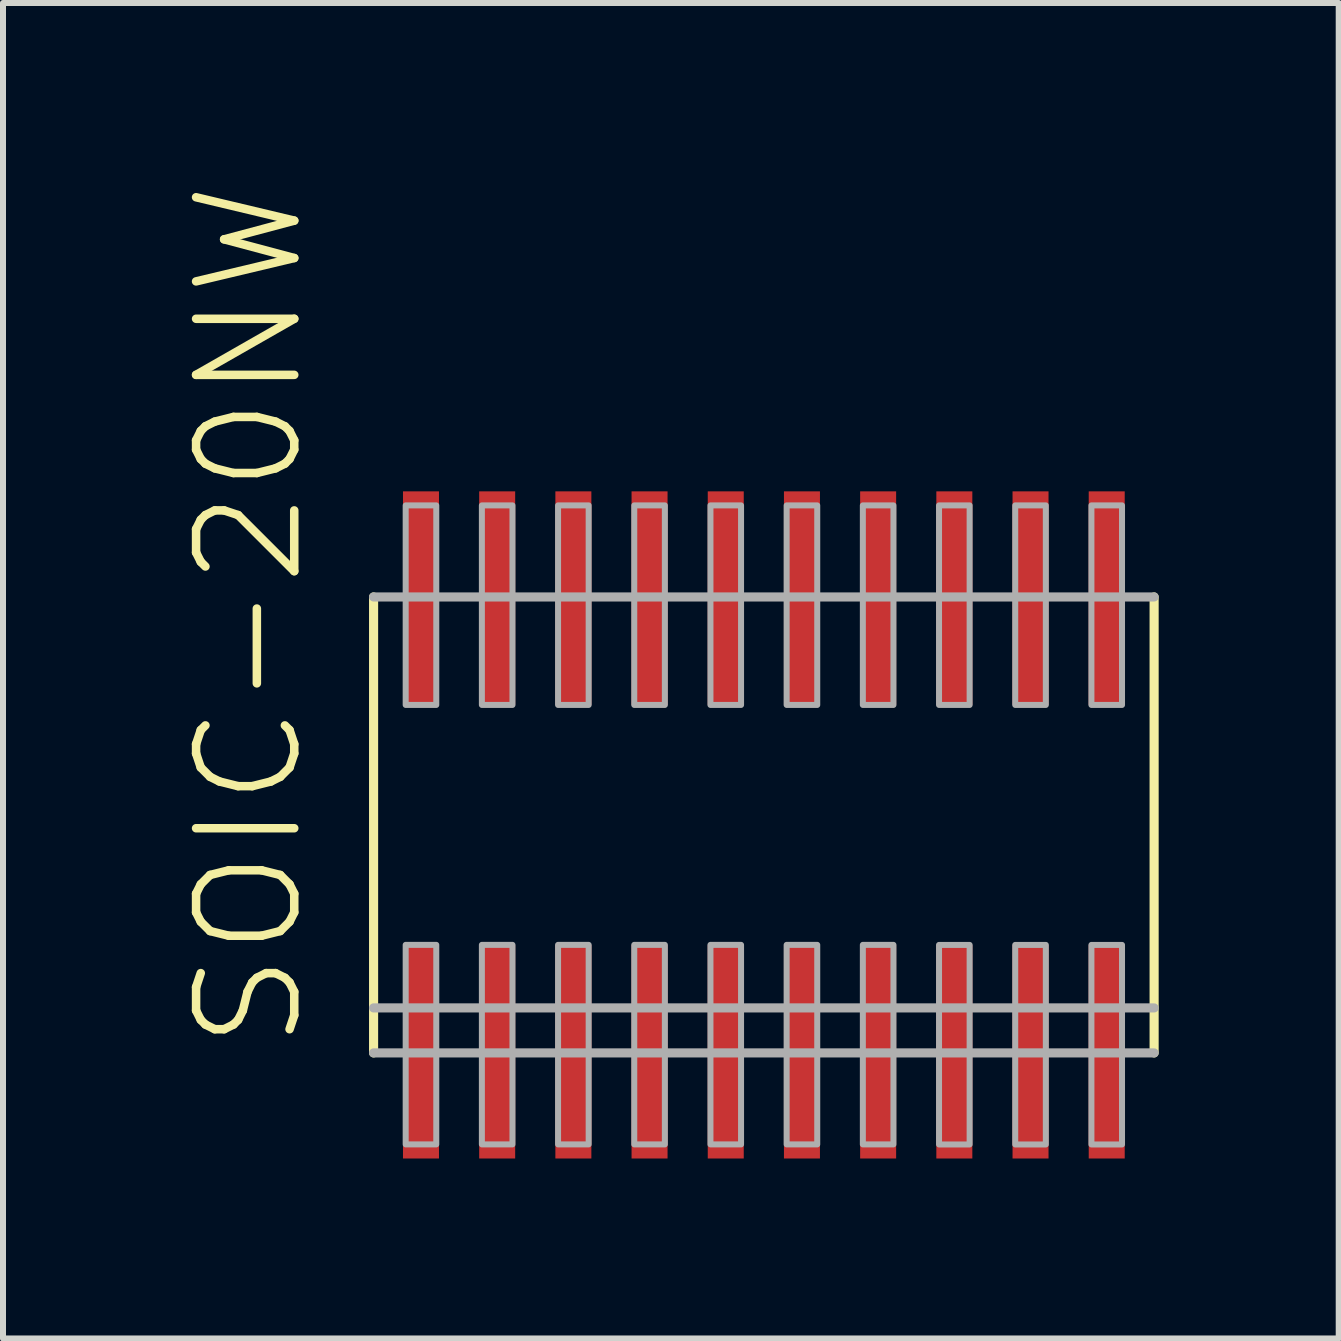
<source format=kicad_pcb>
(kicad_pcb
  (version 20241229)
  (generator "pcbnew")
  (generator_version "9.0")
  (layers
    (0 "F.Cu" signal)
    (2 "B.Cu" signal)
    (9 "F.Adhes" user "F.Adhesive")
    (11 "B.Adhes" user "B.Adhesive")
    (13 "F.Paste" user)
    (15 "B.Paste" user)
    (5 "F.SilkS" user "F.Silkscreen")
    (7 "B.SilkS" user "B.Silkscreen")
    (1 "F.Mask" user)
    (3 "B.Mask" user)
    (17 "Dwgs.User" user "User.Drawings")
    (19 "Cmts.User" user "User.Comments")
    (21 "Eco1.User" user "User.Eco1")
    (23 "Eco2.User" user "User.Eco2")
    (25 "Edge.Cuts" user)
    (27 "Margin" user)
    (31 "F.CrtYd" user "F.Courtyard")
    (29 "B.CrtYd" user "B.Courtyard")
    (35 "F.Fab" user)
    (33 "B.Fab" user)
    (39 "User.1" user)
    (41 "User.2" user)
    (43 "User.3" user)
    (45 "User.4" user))
  (footprint "SOIC-20NW"
    (layer "F.Cu")
    (at 9.682 10.7)
    (property "Reference" "SOIC-20NW" (at -7.62 3.81 90) (unlocked yes) (layer "F.SilkS") (effects (font (size 1.636 1.636) (thickness 0.142)) (justify left bottom)))
    (fp_line (start -6.505 3.8) (end -6.505 -3.8) (stroke (width 0.152) (type solid)) (layer "F.SilkS"))
    (fp_line (start 6.505 -3.8) (end 6.505 3.8) (stroke (width 0.152) (type solid)) (layer "F.SilkS"))
    (fp_line (start -6.505 -3.8) (end 6.505 -3.8) (stroke (width 0.152) (type solid)) (layer "F.Fab"))
    (fp_line (start -6.505 3.05) (end 6.505 3.05) (stroke (width 0.152) (type solid)) (layer "F.Fab"))
    (fp_line (start 6.505 3.8) (end -6.505 3.8) (stroke (width 0.152) (type solid)) (layer "F.Fab"))
    (fp_poly (pts (xy -5.97 -2) (xy -5.46 -2) (xy -5.46 -5.326) (xy -5.97 -5.326)) (stroke (width 0.1) (type default)) (fill no) (layer "F.Fab"))
    (fp_poly (pts (xy -5.97 5.325) (xy -5.46 5.325) (xy -5.46 1.999) (xy -5.97 1.999)) (stroke (width 0.1) (type default)) (fill no) (layer "F.Fab"))
    (fp_poly (pts (xy -4.7 -2) (xy -4.19 -2) (xy -4.19 -5.326) (xy -4.7 -5.326)) (stroke (width 0.1) (type default)) (fill no) (layer "F.Fab"))
    (fp_poly (pts (xy -4.7 5.325) (xy -4.19 5.325) (xy -4.19 1.999) (xy -4.7 1.999)) (stroke (width 0.1) (type default)) (fill no) (layer "F.Fab"))
    (fp_poly (pts (xy -3.43 -2) (xy -2.92 -2) (xy -2.92 -5.326) (xy -3.43 -5.326)) (stroke (width 0.1) (type default)) (fill no) (layer "F.Fab"))
    (fp_poly (pts (xy -3.43 5.325) (xy -2.92 5.325) (xy -2.92 1.999) (xy -3.43 1.999)) (stroke (width 0.1) (type default)) (fill no) (layer "F.Fab"))
    (fp_poly (pts (xy -2.16 -2) (xy -1.65 -2) (xy -1.65 -5.326) (xy -2.16 -5.326)) (stroke (width 0.1) (type default)) (fill no) (layer "F.Fab"))
    (fp_poly (pts (xy -2.16 5.325) (xy -1.65 5.325) (xy -1.65 1.999) (xy -2.16 1.999)) (stroke (width 0.1) (type default)) (fill no) (layer "F.Fab"))
    (fp_poly (pts (xy -0.89 -2) (xy -0.38 -2) (xy -0.38 -5.326) (xy -0.89 -5.326)) (stroke (width 0.1) (type default)) (fill no) (layer "F.Fab"))
    (fp_poly (pts (xy -0.89 5.325) (xy -0.38 5.325) (xy -0.38 1.999) (xy -0.89 1.999)) (stroke (width 0.1) (type default)) (fill no) (layer "F.Fab"))
    (fp_poly (pts (xy 0.38 -2) (xy 0.89 -2) (xy 0.89 -5.326) (xy 0.38 -5.326)) (stroke (width 0.1) (type default)) (fill no) (layer "F.Fab"))
    (fp_poly (pts (xy 0.38 5.325) (xy 0.89 5.325) (xy 0.89 1.999) (xy 0.38 1.999)) (stroke (width 0.1) (type default)) (fill no) (layer "F.Fab"))
    (fp_poly (pts (xy 1.65 -2) (xy 2.16 -2) (xy 2.16 -5.326) (xy 1.65 -5.326)) (stroke (width 0.1) (type default)) (fill no) (layer "F.Fab"))
    (fp_poly (pts (xy 1.65 5.325) (xy 2.16 5.325) (xy 2.16 1.999) (xy 1.65 1.999)) (stroke (width 0.1) (type default)) (fill no) (layer "F.Fab"))
    (fp_poly (pts (xy 2.92 -2) (xy 3.43 -2) (xy 3.43 -5.326) (xy 2.92 -5.326)) (stroke (width 0.1) (type default)) (fill no) (layer "F.Fab"))
    (fp_poly (pts (xy 2.92 5.326) (xy 3.43 5.326) (xy 3.43 2) (xy 2.92 2)) (stroke (width 0.1) (type default)) (fill no) (layer "F.Fab"))
    (fp_poly (pts (xy 4.19 -2) (xy 4.7 -2) (xy 4.7 -5.326) (xy 4.19 -5.326)) (stroke (width 0.1) (type default)) (fill no) (layer "F.Fab"))
    (fp_poly (pts (xy 4.19 5.326) (xy 4.7 5.326) (xy 4.7 2) (xy 4.19 2)) (stroke (width 0.1) (type default)) (fill no) (layer "F.Fab"))
    (fp_poly (pts (xy 5.46 -2) (xy 5.97 -2) (xy 5.97 -5.326) (xy 5.46 -5.326)) (stroke (width 0.1) (type default)) (fill no) (layer "F.Fab"))
    (fp_poly (pts (xy 5.46 5.326) (xy 5.97 5.326) (xy 5.97 2) (xy 5.46 2)) (stroke (width 0.1) (type default)) (fill no) (layer "F.Fab"))
    (pad "P1" smd rect (at -5.715 3.78) (size 0.6 3.56) (layers "F.Cu" "F.Mask" "F.Paste"))
    (pad "P2" smd rect (at -4.445 3.78) (size 0.6 3.56) (layers "F.Cu" "F.Mask" "F.Paste"))
    (pad "P3" smd rect (at -3.175 3.78) (size 0.6 3.56) (layers "F.Cu" "F.Mask" "F.Paste"))
    (pad "P4" smd rect (at -1.905 3.78) (size 0.6 3.56) (layers "F.Cu" "F.Mask" "F.Paste"))
    (pad "P5" smd rect (at -0.635 3.78) (size 0.6 3.56) (layers "F.Cu" "F.Mask" "F.Paste"))
    (pad "P6" smd rect (at 0.635 3.78) (size 0.6 3.56) (layers "F.Cu" "F.Mask" "F.Paste"))
    (pad "P7" smd rect (at 1.905 3.78) (size 0.6 3.56) (layers "F.Cu" "F.Mask" "F.Paste"))
    (pad "P8" smd rect (at 3.175 3.78) (size 0.6 3.56) (layers "F.Cu" "F.Mask" "F.Paste"))
    (pad "P9" smd rect (at 4.445 3.78) (size 0.6 3.56) (layers "F.Cu" "F.Mask" "F.Paste"))
    (pad "P10" smd rect (at 5.715 3.78) (size 0.6 3.56) (layers "F.Cu" "F.Mask" "F.Paste"))
    (pad "P11" smd rect (at 5.715 -3.78) (size 0.6 3.56) (layers "F.Cu" "F.Mask" "F.Paste"))
    (pad "P12" smd rect (at 4.445 -3.78) (size 0.6 3.56) (layers "F.Cu" "F.Mask" "F.Paste"))
    (pad "P13" smd rect (at 3.175 -3.78) (size 0.6 3.56) (layers "F.Cu" "F.Mask" "F.Paste"))
    (pad "P14" smd rect (at 1.905 -3.78) (size 0.6 3.56) (layers "F.Cu" "F.Mask" "F.Paste"))
    (pad "P15" smd rect (at 0.635 -3.78) (size 0.6 3.56) (layers "F.Cu" "F.Mask" "F.Paste"))
    (pad "P16" smd rect (at -0.635 -3.78) (size 0.6 3.56) (layers "F.Cu" "F.Mask" "F.Paste"))
    (pad "P17" smd rect (at -1.905 -3.78) (size 0.6 3.56) (layers "F.Cu" "F.Mask" "F.Paste"))
    (pad "P18" smd rect (at -3.175 -3.78) (size 0.6 3.56) (layers "F.Cu" "F.Mask" "F.Paste"))
    (pad "P19" smd rect (at -4.445 -3.78) (size 0.6 3.56) (layers "F.Cu" "F.Mask" "F.Paste"))
    (pad "P20" smd rect (at -5.715 -3.78) (size 0.6 3.56) (layers "F.Cu" "F.Mask" "F.Paste")))
  (gr_rect
    (start -3 -3)
    (end 19.264 19.26)
    (stroke (width 0.1) (type default))
    (fill no)
    (layer "Edge.Cuts")))
</source>
